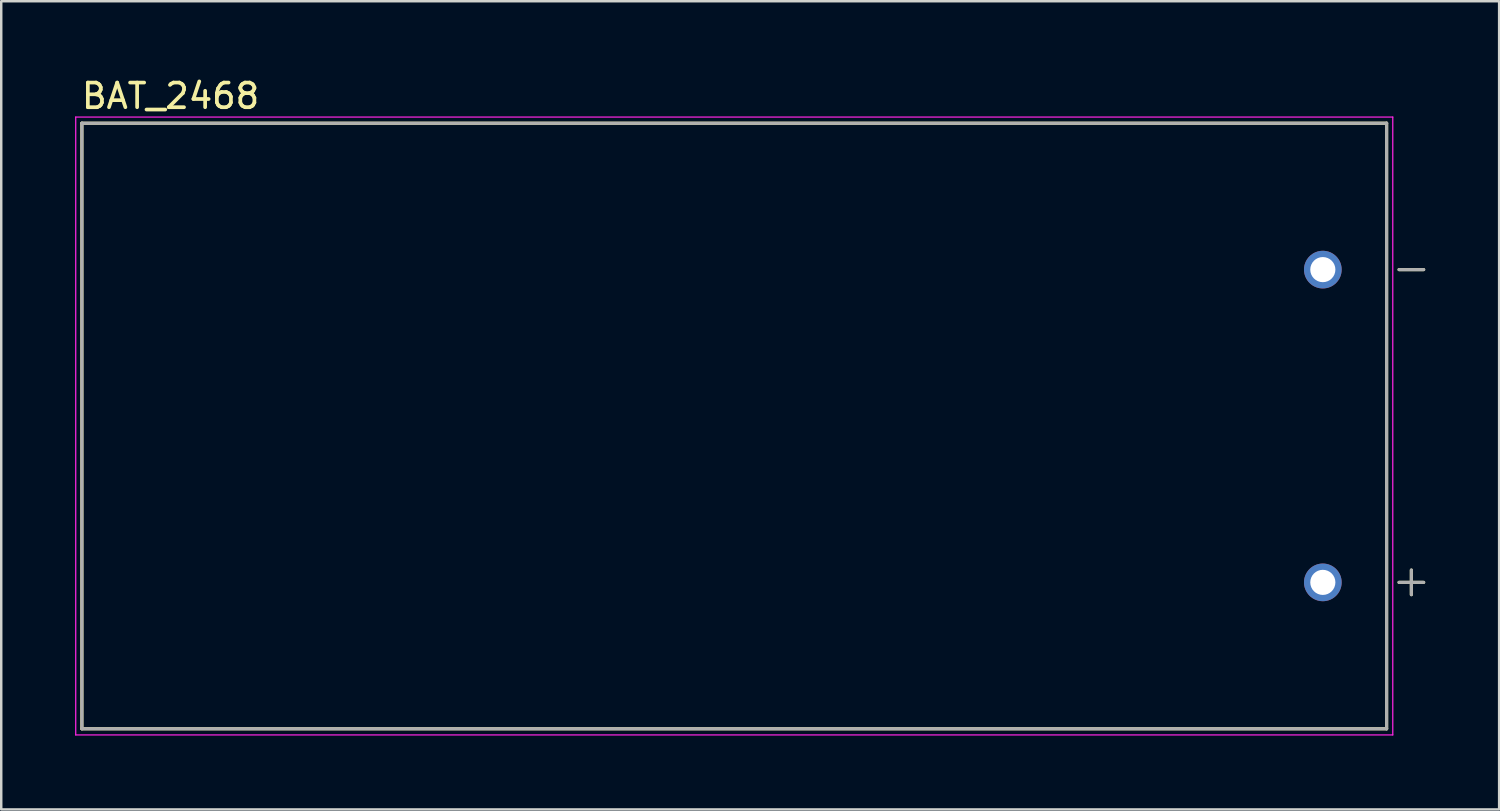
<source format=kicad_pcb>
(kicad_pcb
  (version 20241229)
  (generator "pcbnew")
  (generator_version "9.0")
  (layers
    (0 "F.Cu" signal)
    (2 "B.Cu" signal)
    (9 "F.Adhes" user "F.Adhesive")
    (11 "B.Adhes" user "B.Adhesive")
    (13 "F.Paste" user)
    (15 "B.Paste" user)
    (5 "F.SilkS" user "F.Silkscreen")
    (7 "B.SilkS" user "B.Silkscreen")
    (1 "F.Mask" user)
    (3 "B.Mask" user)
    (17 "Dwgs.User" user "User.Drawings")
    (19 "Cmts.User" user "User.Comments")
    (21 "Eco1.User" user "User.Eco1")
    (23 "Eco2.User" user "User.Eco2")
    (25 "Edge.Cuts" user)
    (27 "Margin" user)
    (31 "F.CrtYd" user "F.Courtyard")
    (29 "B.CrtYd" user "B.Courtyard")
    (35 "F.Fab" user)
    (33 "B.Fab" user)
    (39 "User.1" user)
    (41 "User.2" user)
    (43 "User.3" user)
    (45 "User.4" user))
  (footprint "BAT_2468"
    (layer "F.Cu")
    (at 26.765 14.248)
    (property "Reference" "BAT_2468" (at -22.89 -13.4 0) (layer "F.SilkS") (effects (font (size 1 1) (thickness 0.15))))
    (attr through_hole)
    (fp_line (start -26.49 -12.295) (end 26.49 -12.295) (stroke (width 0.127) (type solid)) (layer "F.SilkS"))
    (fp_line (start -26.49 12.295) (end -26.49 -12.295) (stroke (width 0.127) (type solid)) (layer "F.SilkS"))
    (fp_line (start 26.49 -12.295) (end 26.49 12.295) (stroke (width 0.127) (type solid)) (layer "F.SilkS"))
    (fp_line (start 26.49 12.295) (end -26.49 12.295) (stroke (width 0.127) (type solid)) (layer "F.SilkS"))
    (fp_line (start 26.995 -6.35) (end 27.995 -6.35) (stroke (width 0.127) (type solid)) (layer "F.SilkS"))
    (fp_line (start 26.995 6.35) (end 27.995 6.35) (stroke (width 0.127) (type solid)) (layer "F.SilkS"))
    (fp_line (start 27.495 5.85) (end 27.495 6.85) (stroke (width 0.127) (type solid)) (layer "F.SilkS"))
    (fp_line (start -26.74 -12.545) (end 26.74 -12.545) (stroke (width 0.05) (type solid)) (layer "F.CrtYd"))
    (fp_line (start -26.74 12.545) (end -26.74 -12.545) (stroke (width 0.05) (type solid)) (layer "F.CrtYd"))
    (fp_line (start 26.74 -12.545) (end 26.74 12.545) (stroke (width 0.05) (type solid)) (layer "F.CrtYd"))
    (fp_line (start 26.74 12.545) (end -26.74 12.545) (stroke (width 0.05) (type solid)) (layer "F.CrtYd"))
    (fp_line (start -26.49 -12.295) (end 26.49 -12.295) (stroke (width 0.127) (type solid)) (layer "F.Fab"))
    (fp_line (start -26.49 12.295) (end -26.49 -12.295) (stroke (width 0.127) (type solid)) (layer "F.Fab"))
    (fp_line (start 26.49 -12.295) (end 26.49 12.295) (stroke (width 0.127) (type solid)) (layer "F.Fab"))
    (fp_line (start 26.49 12.295) (end -26.49 12.295) (stroke (width 0.127) (type solid)) (layer "F.Fab"))
    (fp_line (start 26.995 -6.35) (end 27.995 -6.35) (stroke (width 0.127) (type solid)) (layer "F.Fab"))
    (fp_line (start 26.995 6.35) (end 27.995 6.35) (stroke (width 0.127) (type solid)) (layer "F.Fab"))
    (fp_line (start 27.495 5.85) (end 27.495 6.85) (stroke (width 0.127) (type solid)) (layer "F.Fab"))
    (pad "N" thru_hole circle (at 23.9 -6.35) (size 1.53 1.53) (drill 1.02) (layers "*.Cu" "*.Mask"))
    (pad "P" thru_hole circle (at 23.9 6.35) (size 1.53 1.53) (drill 1.02) (layers "*.Cu" "*.Mask")))
  (gr_rect
    (start -3 -3)
    (end 57.824 29.818)
    (stroke (width 0.1) (type default))
    (fill no)
    (layer "Edge.Cuts")))
</source>
